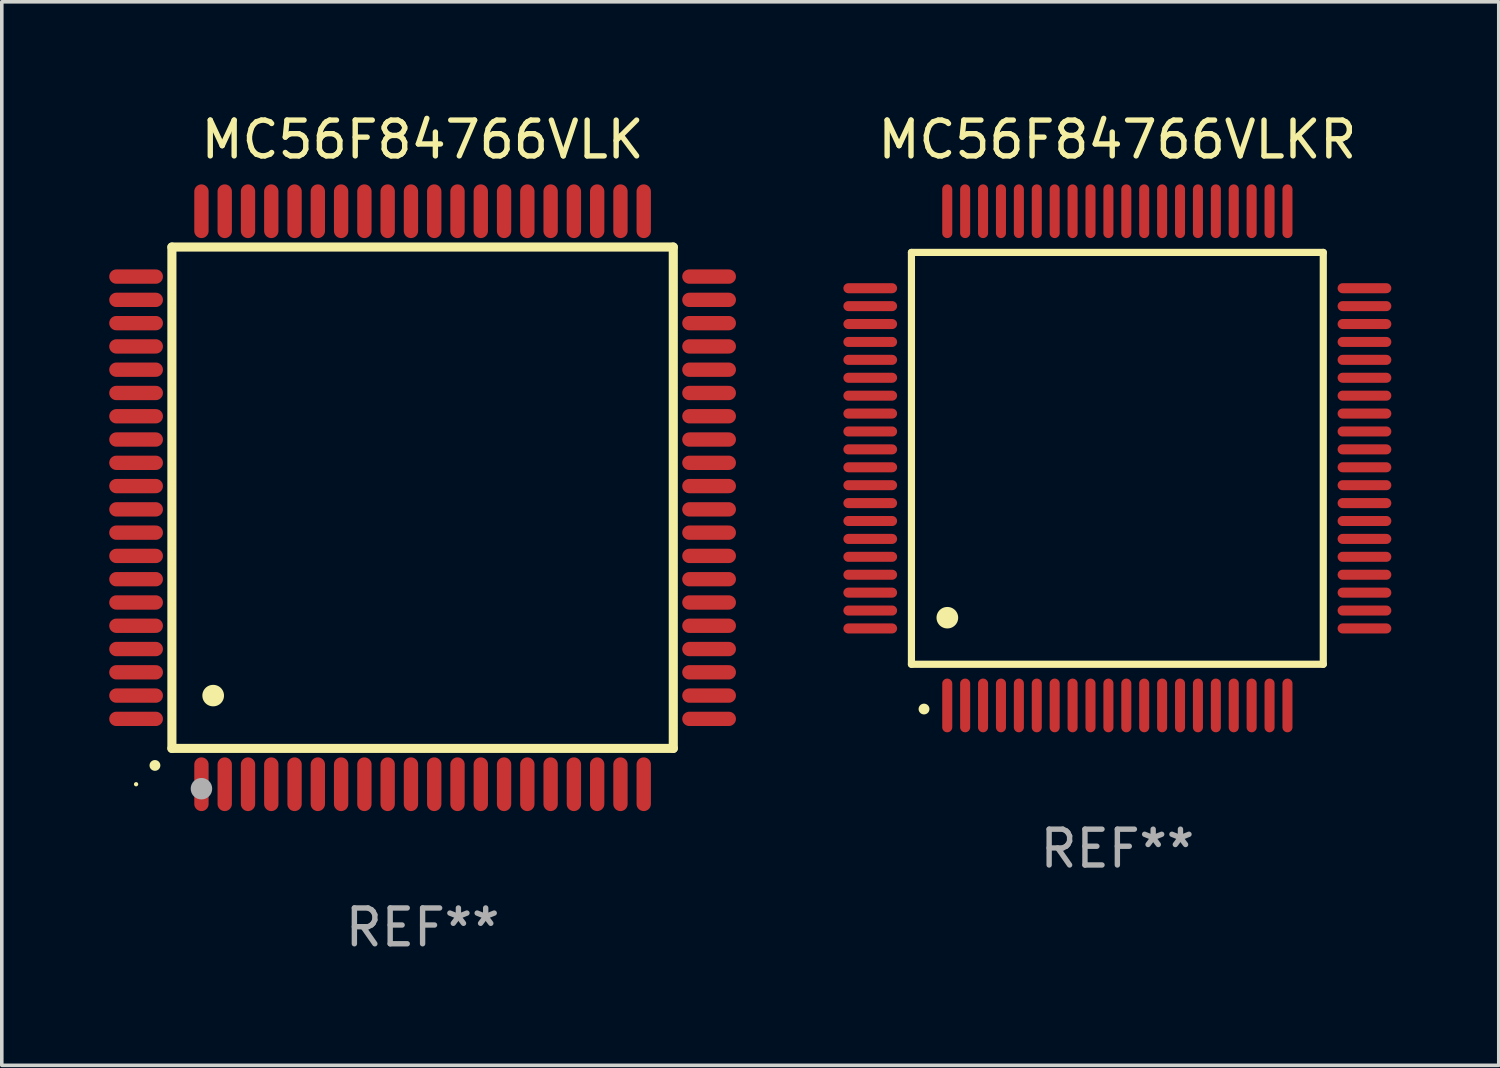
<source format=kicad_pcb>
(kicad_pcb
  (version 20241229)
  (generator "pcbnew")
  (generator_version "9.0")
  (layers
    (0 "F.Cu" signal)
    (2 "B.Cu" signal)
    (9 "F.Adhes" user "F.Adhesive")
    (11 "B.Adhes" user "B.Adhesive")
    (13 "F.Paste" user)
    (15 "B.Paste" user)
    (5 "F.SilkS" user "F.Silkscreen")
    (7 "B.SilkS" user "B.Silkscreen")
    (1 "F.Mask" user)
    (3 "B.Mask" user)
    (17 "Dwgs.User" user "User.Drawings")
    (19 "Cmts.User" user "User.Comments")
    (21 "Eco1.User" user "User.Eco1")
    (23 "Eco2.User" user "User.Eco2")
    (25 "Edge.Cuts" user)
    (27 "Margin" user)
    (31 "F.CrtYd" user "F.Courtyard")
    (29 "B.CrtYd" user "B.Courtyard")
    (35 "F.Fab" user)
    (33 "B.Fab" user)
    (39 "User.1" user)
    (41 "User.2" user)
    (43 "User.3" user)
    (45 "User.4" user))
  (footprint "MC56F84766VLK"
    (layer "F.Cu")
    (at 8.75 10.848)
    (property "Reference" "MC56F84766VLK" (at 0 -10 0) (layer "F.SilkS") (effects (font (size 1 1) (thickness 0.15))))
    (attr through_hole)
    (fp_line (start -7 -7) (end -7 7) (stroke (width 0.254) (type solid)) (layer "F.SilkS"))
    (fp_line (start -7 -7) (end 7 -7) (stroke (width 0.254) (type solid)) (layer "F.SilkS"))
    (fp_line (start -7 7) (end 7 7) (stroke (width 0.254) (type solid)) (layer "F.SilkS"))
    (fp_line (start 7 -7) (end 7 7) (stroke (width 0.254) (type solid)) (layer "F.SilkS"))
    (fp_arc (start -7.475006 7.475006) (mid -7.473736 7.475001) (end -7.472466 7.475006) (stroke (width 0.3) (type solid)) (layer "F.SilkS"))
    (fp_arc (start -5.850013 5.525019) (mid -5.847473 5.525008) (end -5.844933 5.525019) (stroke (width 0.6) (type solid)) (layer "F.SilkS"))
    (fp_circle (center -8 8) (end -7.97 8) (stroke (width 0.06) (type solid)) (fill no) (layer "F.SilkS"))
    (fp_circle (center -6.175 8.125) (end -6.025 8.125) (stroke (width 0.3) (type solid)) (fill no) (layer "F.Fab"))
    (fp_text user "REF**" (at 0 12 0) (layer "F.Fab") (effects (font (size 1 1) (thickness 0.15))))
    (pad "1" smd oval (at -6.175 8 180) (size 0.4 1.5) (layers "F.Cu" "F.Mask" "F.Paste"))
    (pad "2" smd oval (at -5.525 8 180) (size 0.4 1.5) (layers "F.Cu" "F.Mask" "F.Paste"))
    (pad "3" smd oval (at -4.875 8 180) (size 0.4 1.5) (layers "F.Cu" "F.Mask" "F.Paste"))
    (pad "4" smd oval (at -4.225 8 180) (size 0.4 1.5) (layers "F.Cu" "F.Mask" "F.Paste"))
    (pad "5" smd oval (at -3.575 8 180) (size 0.4 1.5) (layers "F.Cu" "F.Mask" "F.Paste"))
    (pad "6" smd oval (at -2.925 8 180) (size 0.4 1.5) (layers "F.Cu" "F.Mask" "F.Paste"))
    (pad "7" smd oval (at -2.275 8 180) (size 0.4 1.5) (layers "F.Cu" "F.Mask" "F.Paste"))
    (pad "8" smd oval (at -1.625 8 180) (size 0.4 1.5) (layers "F.Cu" "F.Mask" "F.Paste"))
    (pad "9" smd oval (at -0.975 8 180) (size 0.4 1.5) (layers "F.Cu" "F.Mask" "F.Paste"))
    (pad "10" smd oval (at -0.325 8 180) (size 0.4 1.5) (layers "F.Cu" "F.Mask" "F.Paste"))
    (pad "11" smd oval (at 0.325 8 180) (size 0.4 1.5) (layers "F.Cu" "F.Mask" "F.Paste"))
    (pad "12" smd oval (at 0.975 8 180) (size 0.4 1.5) (layers "F.Cu" "F.Mask" "F.Paste"))
    (pad "13" smd oval (at 1.625 8 180) (size 0.4 1.5) (layers "F.Cu" "F.Mask" "F.Paste"))
    (pad "14" smd oval (at 2.275 8 180) (size 0.4 1.5) (layers "F.Cu" "F.Mask" "F.Paste"))
    (pad "15" smd oval (at 2.925 8 180) (size 0.4 1.5) (layers "F.Cu" "F.Mask" "F.Paste"))
    (pad "16" smd oval (at 3.575 8 180) (size 0.4 1.5) (layers "F.Cu" "F.Mask" "F.Paste"))
    (pad "17" smd oval (at 4.225 8 180) (size 0.4 1.5) (layers "F.Cu" "F.Mask" "F.Paste"))
    (pad "18" smd oval (at 4.875 8 180) (size 0.4 1.5) (layers "F.Cu" "F.Mask" "F.Paste"))
    (pad "19" smd oval (at 5.525 8 180) (size 0.4 1.5) (layers "F.Cu" "F.Mask" "F.Paste"))
    (pad "20" smd oval (at 6.175 8) (size 0.4 1.5) (layers "F.Cu" "F.Mask" "F.Paste"))
    (pad "21" smd oval (at 8 6.175 270) (size 0.4 1.5) (layers "F.Cu" "F.Mask" "F.Paste"))
    (pad "22" smd oval (at 8 5.525 90) (size 0.4 1.5) (layers "F.Cu" "F.Mask" "F.Paste"))
    (pad "23" smd oval (at 8 4.875 90) (size 0.4 1.5) (layers "F.Cu" "F.Mask" "F.Paste"))
    (pad "24" smd oval (at 8 4.225 90) (size 0.4 1.5) (layers "F.Cu" "F.Mask" "F.Paste"))
    (pad "25" smd oval (at 8 3.575 90) (size 0.4 1.5) (layers "F.Cu" "F.Mask" "F.Paste"))
    (pad "26" smd oval (at 8 2.925 90) (size 0.4 1.5) (layers "F.Cu" "F.Mask" "F.Paste"))
    (pad "27" smd oval (at 8 2.275 90) (size 0.4 1.5) (layers "F.Cu" "F.Mask" "F.Paste"))
    (pad "28" smd oval (at 8 1.625 90) (size 0.4 1.5) (layers "F.Cu" "F.Mask" "F.Paste"))
    (pad "29" smd oval (at 8 0.975 90) (size 0.4 1.5) (layers "F.Cu" "F.Mask" "F.Paste"))
    (pad "30" smd oval (at 8 0.325 90) (size 0.4 1.5) (layers "F.Cu" "F.Mask" "F.Paste"))
    (pad "31" smd oval (at 8 -0.325 90) (size 0.4 1.5) (layers "F.Cu" "F.Mask" "F.Paste"))
    (pad "32" smd oval (at 8 -0.975 90) (size 0.4 1.5) (layers "F.Cu" "F.Mask" "F.Paste"))
    (pad "33" smd oval (at 8 -1.625 90) (size 0.4 1.5) (layers "F.Cu" "F.Mask" "F.Paste"))
    (pad "34" smd oval (at 8 -2.275 90) (size 0.4 1.5) (layers "F.Cu" "F.Mask" "F.Paste"))
    (pad "35" smd oval (at 8 -2.925 90) (size 0.4 1.5) (layers "F.Cu" "F.Mask" "F.Paste"))
    (pad "36" smd oval (at 8 -3.575 90) (size 0.4 1.5) (layers "F.Cu" "F.Mask" "F.Paste"))
    (pad "37" smd oval (at 8 -4.225 90) (size 0.4 1.5) (layers "F.Cu" "F.Mask" "F.Paste"))
    (pad "38" smd oval (at 8 -4.875 90) (size 0.4 1.5) (layers "F.Cu" "F.Mask" "F.Paste"))
    (pad "39" smd oval (at 8 -5.525 90) (size 0.4 1.5) (layers "F.Cu" "F.Mask" "F.Paste"))
    (pad "40" smd oval (at 8 -6.175 90) (size 0.4 1.5) (layers "F.Cu" "F.Mask" "F.Paste"))
    (pad "41" smd oval (at 6.175 -8) (size 0.4 1.5) (layers "F.Cu" "F.Mask" "F.Paste"))
    (pad "42" smd oval (at 5.525 -8 180) (size 0.4 1.5) (layers "F.Cu" "F.Mask" "F.Paste"))
    (pad "43" smd oval (at 4.875 -8 180) (size 0.4 1.5) (layers "F.Cu" "F.Mask" "F.Paste"))
    (pad "44" smd oval (at 4.225 -8 180) (size 0.4 1.5) (layers "F.Cu" "F.Mask" "F.Paste"))
    (pad "45" smd oval (at 3.575 -8 180) (size 0.4 1.5) (layers "F.Cu" "F.Mask" "F.Paste"))
    (pad "46" smd oval (at 2.925 -8 180) (size 0.4 1.5) (layers "F.Cu" "F.Mask" "F.Paste"))
    (pad "47" smd oval (at 2.275 -8 180) (size 0.4 1.5) (layers "F.Cu" "F.Mask" "F.Paste"))
    (pad "48" smd oval (at 1.625 -8 180) (size 0.4 1.5) (layers "F.Cu" "F.Mask" "F.Paste"))
    (pad "49" smd oval (at 0.975 -8 180) (size 0.4 1.5) (layers "F.Cu" "F.Mask" "F.Paste"))
    (pad "50" smd oval (at 0.325 -8 180) (size 0.4 1.5) (layers "F.Cu" "F.Mask" "F.Paste"))
    (pad "51" smd oval (at -0.325 -8 180) (size 0.4 1.5) (layers "F.Cu" "F.Mask" "F.Paste"))
    (pad "52" smd oval (at -0.975 -8 180) (size 0.4 1.5) (layers "F.Cu" "F.Mask" "F.Paste"))
    (pad "53" smd oval (at -1.625 -8 180) (size 0.4 1.5) (layers "F.Cu" "F.Mask" "F.Paste"))
    (pad "54" smd oval (at -2.275 -8 180) (size 0.4 1.5) (layers "F.Cu" "F.Mask" "F.Paste"))
    (pad "55" smd oval (at -2.925 -8 180) (size 0.4 1.5) (layers "F.Cu" "F.Mask" "F.Paste"))
    (pad "56" smd oval (at -3.575 -8 180) (size 0.4 1.5) (layers "F.Cu" "F.Mask" "F.Paste"))
    (pad "57" smd oval (at -4.225 -8 180) (size 0.4 1.5) (layers "F.Cu" "F.Mask" "F.Paste"))
    (pad "58" smd oval (at -4.875 -8 180) (size 0.4 1.5) (layers "F.Cu" "F.Mask" "F.Paste"))
    (pad "59" smd oval (at -5.525 -8 180) (size 0.4 1.5) (layers "F.Cu" "F.Mask" "F.Paste"))
    (pad "60" smd oval (at -6.175 -8 180) (size 0.4 1.5) (layers "F.Cu" "F.Mask" "F.Paste"))
    (pad "61" smd oval (at -8 -6.175 90) (size 0.4 1.5) (layers "F.Cu" "F.Mask" "F.Paste"))
    (pad "62" smd oval (at -8 -5.525 90) (size 0.4 1.5) (layers "F.Cu" "F.Mask" "F.Paste"))
    (pad "63" smd oval (at -8 -4.875 90) (size 0.4 1.5) (layers "F.Cu" "F.Mask" "F.Paste"))
    (pad "64" smd oval (at -8 -4.225 90) (size 0.4 1.5) (layers "F.Cu" "F.Mask" "F.Paste"))
    (pad "65" smd oval (at -8 -3.575 90) (size 0.4 1.5) (layers "F.Cu" "F.Mask" "F.Paste"))
    (pad "66" smd oval (at -8 -2.925 90) (size 0.4 1.5) (layers "F.Cu" "F.Mask" "F.Paste"))
    (pad "67" smd oval (at -8 -2.275 90) (size 0.4 1.5) (layers "F.Cu" "F.Mask" "F.Paste"))
    (pad "68" smd oval (at -8 -1.625 90) (size 0.4 1.5) (layers "F.Cu" "F.Mask" "F.Paste"))
    (pad "69" smd oval (at -8 -0.975 90) (size 0.4 1.5) (layers "F.Cu" "F.Mask" "F.Paste"))
    (pad "70" smd oval (at -8 -0.325 90) (size 0.4 1.5) (layers "F.Cu" "F.Mask" "F.Paste"))
    (pad "71" smd oval (at -8 0.325 90) (size 0.4 1.5) (layers "F.Cu" "F.Mask" "F.Paste"))
    (pad "72" smd oval (at -8 0.975 90) (size 0.4 1.5) (layers "F.Cu" "F.Mask" "F.Paste"))
    (pad "73" smd oval (at -8 1.625 90) (size 0.4 1.5) (layers "F.Cu" "F.Mask" "F.Paste"))
    (pad "74" smd oval (at -8 2.275 90) (size 0.4 1.5) (layers "F.Cu" "F.Mask" "F.Paste"))
    (pad "75" smd oval (at -8 2.925 90) (size 0.4 1.5) (layers "F.Cu" "F.Mask" "F.Paste"))
    (pad "76" smd oval (at -8 3.575 90) (size 0.4 1.5) (layers "F.Cu" "F.Mask" "F.Paste"))
    (pad "77" smd oval (at -8 4.225 90) (size 0.4 1.5) (layers "F.Cu" "F.Mask" "F.Paste"))
    (pad "78" smd oval (at -8 4.875 90) (size 0.4 1.5) (layers "F.Cu" "F.Mask" "F.Paste"))
    (pad "79" smd oval (at -8 5.525 90) (size 0.4 1.5) (layers "F.Cu" "F.Mask" "F.Paste"))
    (pad "80" smd oval (at -8 6.175 270) (size 0.4 1.5) (layers "F.Cu" "F.Mask" "F.Paste")))
  (footprint "MC56F84766VLKR"
    (layer "F.Cu")
    (at 28.15 9.748)
    (property "Reference" "MC56F84766VLKR" (at 0 -8.9 0) (layer "F.SilkS") (effects (font (size 1 1) (thickness 0.15))))
    (attr through_hole)
    (fp_line (start -5.75 -5.75) (end 5.75 -5.75) (stroke (width 0.2) (type solid)) (layer "F.SilkS"))
    (fp_line (start -5.75 5.75) (end -5.75 -5.75) (stroke (width 0.2) (type solid)) (layer "F.SilkS"))
    (fp_line (start 5.75 -5.75) (end 5.75 5.75) (stroke (width 0.2) (type solid)) (layer "F.SilkS"))
    (fp_line (start 5.75 5.75) (end -5.75 5.75) (stroke (width 0.2) (type solid)) (layer "F.SilkS"))
    (fp_arc (start -5.400051 7.000254) (mid -5.398781 7.000249) (end -5.397511 7.000254) (stroke (width 0.3) (type solid)) (layer "F.SilkS"))
    (fp_arc (start -4.749809 4.450089) (mid -4.747269 4.450078) (end -4.744729 4.450089) (stroke (width 0.6) (type solid)) (layer "F.SilkS"))
    (fp_text user "REF**" (at 0 10.9 0) (layer "F.Fab") (effects (font (size 1 1) (thickness 0.15))))
    (pad "1" smd oval (at -4.75 6.9) (size 0.28 1.5) (layers "F.Cu" "F.Mask" "F.Paste"))
    (pad "2" smd oval (at -4.25 6.9) (size 0.28 1.5) (layers "F.Cu" "F.Mask" "F.Paste"))
    (pad "3" smd oval (at -3.75 6.9) (size 0.28 1.5) (layers "F.Cu" "F.Mask" "F.Paste"))
    (pad "4" smd oval (at -3.25 6.9) (size 0.28 1.5) (layers "F.Cu" "F.Mask" "F.Paste"))
    (pad "5" smd oval (at -2.75 6.9) (size 0.28 1.5) (layers "F.Cu" "F.Mask" "F.Paste"))
    (pad "6" smd oval (at -2.25 6.9) (size 0.28 1.5) (layers "F.Cu" "F.Mask" "F.Paste"))
    (pad "7" smd oval (at -1.75 6.9) (size 0.28 1.5) (layers "F.Cu" "F.Mask" "F.Paste"))
    (pad "8" smd oval (at -1.25 6.9) (size 0.28 1.5) (layers "F.Cu" "F.Mask" "F.Paste"))
    (pad "9" smd oval (at -0.75 6.9) (size 0.28 1.5) (layers "F.Cu" "F.Mask" "F.Paste"))
    (pad "10" smd oval (at -0.25 6.9) (size 0.28 1.5) (layers "F.Cu" "F.Mask" "F.Paste"))
    (pad "11" smd oval (at 0.25 6.9) (size 0.28 1.5) (layers "F.Cu" "F.Mask" "F.Paste"))
    (pad "12" smd oval (at 0.75 6.9) (size 0.28 1.5) (layers "F.Cu" "F.Mask" "F.Paste"))
    (pad "13" smd oval (at 1.25 6.9) (size 0.28 1.5) (layers "F.Cu" "F.Mask" "F.Paste"))
    (pad "14" smd oval (at 1.75 6.9) (size 0.28 1.5) (layers "F.Cu" "F.Mask" "F.Paste"))
    (pad "15" smd oval (at 2.25 6.9) (size 0.28 1.5) (layers "F.Cu" "F.Mask" "F.Paste"))
    (pad "16" smd oval (at 2.75 6.9) (size 0.28 1.5) (layers "F.Cu" "F.Mask" "F.Paste"))
    (pad "17" smd oval (at 3.25 6.9) (size 0.28 1.5) (layers "F.Cu" "F.Mask" "F.Paste"))
    (pad "18" smd oval (at 3.75 6.9) (size 0.28 1.5) (layers "F.Cu" "F.Mask" "F.Paste"))
    (pad "19" smd oval (at 4.25 6.9) (size 0.28 1.5) (layers "F.Cu" "F.Mask" "F.Paste"))
    (pad "20" smd oval (at 4.75 6.9) (size 0.28 1.5) (layers "F.Cu" "F.Mask" "F.Paste"))
    (pad "21" smd oval (at 6.9 4.75) (size 1.5 0.28) (layers "F.Cu" "F.Mask" "F.Paste"))
    (pad "22" smd oval (at 6.9 4.25) (size 1.5 0.28) (layers "F.Cu" "F.Mask" "F.Paste"))
    (pad "23" smd oval (at 6.9 3.75) (size 1.5 0.28) (layers "F.Cu" "F.Mask" "F.Paste"))
    (pad "24" smd oval (at 6.9 3.25) (size 1.5 0.28) (layers "F.Cu" "F.Mask" "F.Paste"))
    (pad "25" smd oval (at 6.9 2.75) (size 1.5 0.28) (layers "F.Cu" "F.Mask" "F.Paste"))
    (pad "26" smd oval (at 6.9 2.25) (size 1.5 0.28) (layers "F.Cu" "F.Mask" "F.Paste"))
    (pad "27" smd oval (at 6.9 1.75) (size 1.5 0.28) (layers "F.Cu" "F.Mask" "F.Paste"))
    (pad "28" smd oval (at 6.9 1.25) (size 1.5 0.28) (layers "F.Cu" "F.Mask" "F.Paste"))
    (pad "29" smd oval (at 6.9 0.75) (size 1.5 0.28) (layers "F.Cu" "F.Mask" "F.Paste"))
    (pad "30" smd oval (at 6.9 0.25) (size 1.5 0.28) (layers "F.Cu" "F.Mask" "F.Paste"))
    (pad "31" smd oval (at 6.9 -0.25) (size 1.5 0.28) (layers "F.Cu" "F.Mask" "F.Paste"))
    (pad "32" smd oval (at 6.9 -0.75) (size 1.5 0.28) (layers "F.Cu" "F.Mask" "F.Paste"))
    (pad "33" smd oval (at 6.9 -1.25) (size 1.5 0.28) (layers "F.Cu" "F.Mask" "F.Paste"))
    (pad "34" smd oval (at 6.9 -1.75) (size 1.5 0.28) (layers "F.Cu" "F.Mask" "F.Paste"))
    (pad "35" smd oval (at 6.9 -2.25) (size 1.5 0.28) (layers "F.Cu" "F.Mask" "F.Paste"))
    (pad "36" smd oval (at 6.9 -2.75) (size 1.5 0.28) (layers "F.Cu" "F.Mask" "F.Paste"))
    (pad "37" smd oval (at 6.9 -3.25) (size 1.5 0.28) (layers "F.Cu" "F.Mask" "F.Paste"))
    (pad "38" smd oval (at 6.9 -3.75) (size 1.5 0.28) (layers "F.Cu" "F.Mask" "F.Paste"))
    (pad "39" smd oval (at 6.9 -4.25) (size 1.5 0.28) (layers "F.Cu" "F.Mask" "F.Paste"))
    (pad "40" smd oval (at 6.9 -4.75) (size 1.5 0.28) (layers "F.Cu" "F.Mask" "F.Paste"))
    (pad "41" smd oval (at 4.75 -6.9) (size 0.28 1.5) (layers "F.Cu" "F.Mask" "F.Paste"))
    (pad "42" smd oval (at 4.25 -6.9) (size 0.28 1.5) (layers "F.Cu" "F.Mask" "F.Paste"))
    (pad "43" smd oval (at 3.75 -6.9) (size 0.28 1.5) (layers "F.Cu" "F.Mask" "F.Paste"))
    (pad "44" smd oval (at 3.25 -6.9) (size 0.28 1.5) (layers "F.Cu" "F.Mask" "F.Paste"))
    (pad "45" smd oval (at 2.75 -6.9) (size 0.28 1.5) (layers "F.Cu" "F.Mask" "F.Paste"))
    (pad "46" smd oval (at 2.25 -6.9) (size 0.28 1.5) (layers "F.Cu" "F.Mask" "F.Paste"))
    (pad "47" smd oval (at 1.75 -6.9) (size 0.28 1.5) (layers "F.Cu" "F.Mask" "F.Paste"))
    (pad "48" smd oval (at 1.25 -6.9) (size 0.28 1.5) (layers "F.Cu" "F.Mask" "F.Paste"))
    (pad "49" smd oval (at 0.75 -6.9) (size 0.28 1.5) (layers "F.Cu" "F.Mask" "F.Paste"))
    (pad "50" smd oval (at 0.25 -6.9) (size 0.28 1.5) (layers "F.Cu" "F.Mask" "F.Paste"))
    (pad "51" smd oval (at -0.25 -6.9) (size 0.28 1.5) (layers "F.Cu" "F.Mask" "F.Paste"))
    (pad "52" smd oval (at -0.75 -6.9) (size 0.28 1.5) (layers "F.Cu" "F.Mask" "F.Paste"))
    (pad "53" smd oval (at -1.25 -6.9) (size 0.28 1.5) (layers "F.Cu" "F.Mask" "F.Paste"))
    (pad "54" smd oval (at -1.75 -6.9) (size 0.28 1.5) (layers "F.Cu" "F.Mask" "F.Paste"))
    (pad "55" smd oval (at -2.25 -6.9) (size 0.28 1.5) (layers "F.Cu" "F.Mask" "F.Paste"))
    (pad "56" smd oval (at -2.75 -6.9) (size 0.28 1.5) (layers "F.Cu" "F.Mask" "F.Paste"))
    (pad "57" smd oval (at -3.25 -6.9) (size 0.28 1.5) (layers "F.Cu" "F.Mask" "F.Paste"))
    (pad "58" smd oval (at -3.75 -6.9) (size 0.28 1.5) (layers "F.Cu" "F.Mask" "F.Paste"))
    (pad "59" smd oval (at -4.25 -6.9) (size 0.28 1.5) (layers "F.Cu" "F.Mask" "F.Paste"))
    (pad "60" smd oval (at -4.75 -6.9) (size 0.28 1.5) (layers "F.Cu" "F.Mask" "F.Paste"))
    (pad "61" smd oval (at -6.9 -4.75) (size 1.5 0.28) (layers "F.Cu" "F.Mask" "F.Paste"))
    (pad "62" smd oval (at -6.9 -4.25) (size 1.5 0.28) (layers "F.Cu" "F.Mask" "F.Paste"))
    (pad "63" smd oval (at -6.9 -3.75) (size 1.5 0.28) (layers "F.Cu" "F.Mask" "F.Paste"))
    (pad "64" smd oval (at -6.9 -3.25) (size 1.5 0.28) (layers "F.Cu" "F.Mask" "F.Paste"))
    (pad "65" smd oval (at -6.9 -2.75) (size 1.5 0.28) (layers "F.Cu" "F.Mask" "F.Paste"))
    (pad "66" smd oval (at -6.9 -2.25) (size 1.5 0.28) (layers "F.Cu" "F.Mask" "F.Paste"))
    (pad "67" smd oval (at -6.9 -1.75) (size 1.5 0.28) (layers "F.Cu" "F.Mask" "F.Paste"))
    (pad "68" smd oval (at -6.9 -1.25) (size 1.5 0.28) (layers "F.Cu" "F.Mask" "F.Paste"))
    (pad "69" smd oval (at -6.9 -0.75) (size 1.5 0.28) (layers "F.Cu" "F.Mask" "F.Paste"))
    (pad "70" smd oval (at -6.9 -0.25) (size 1.5 0.28) (layers "F.Cu" "F.Mask" "F.Paste"))
    (pad "71" smd oval (at -6.9 0.25) (size 1.5 0.28) (layers "F.Cu" "F.Mask" "F.Paste"))
    (pad "72" smd oval (at -6.9 0.75) (size 1.5 0.28) (layers "F.Cu" "F.Mask" "F.Paste"))
    (pad "73" smd oval (at -6.9 1.25) (size 1.5 0.28) (layers "F.Cu" "F.Mask" "F.Paste"))
    (pad "74" smd oval (at -6.9 1.75) (size 1.5 0.28) (layers "F.Cu" "F.Mask" "F.Paste"))
    (pad "75" smd oval (at -6.9 2.25) (size 1.5 0.28) (layers "F.Cu" "F.Mask" "F.Paste"))
    (pad "76" smd oval (at -6.9 2.75) (size 1.5 0.28) (layers "F.Cu" "F.Mask" "F.Paste"))
    (pad "77" smd oval (at -6.9 3.25) (size 1.5 0.28) (layers "F.Cu" "F.Mask" "F.Paste"))
    (pad "78" smd oval (at -6.9 3.75) (size 1.5 0.28) (layers "F.Cu" "F.Mask" "F.Paste"))
    (pad "79" smd oval (at -6.9 4.25) (size 1.5 0.28) (layers "F.Cu" "F.Mask" "F.Paste"))
    (pad "80" smd oval (at -6.9 4.75) (size 1.5 0.28) (layers "F.Cu" "F.Mask" "F.Paste")))
  (gr_rect
    (start -3 -3)
    (end 38.8 26.697)
    (stroke (width 0.1) (type default))
    (fill no)
    (layer "Edge.Cuts")))
</source>
